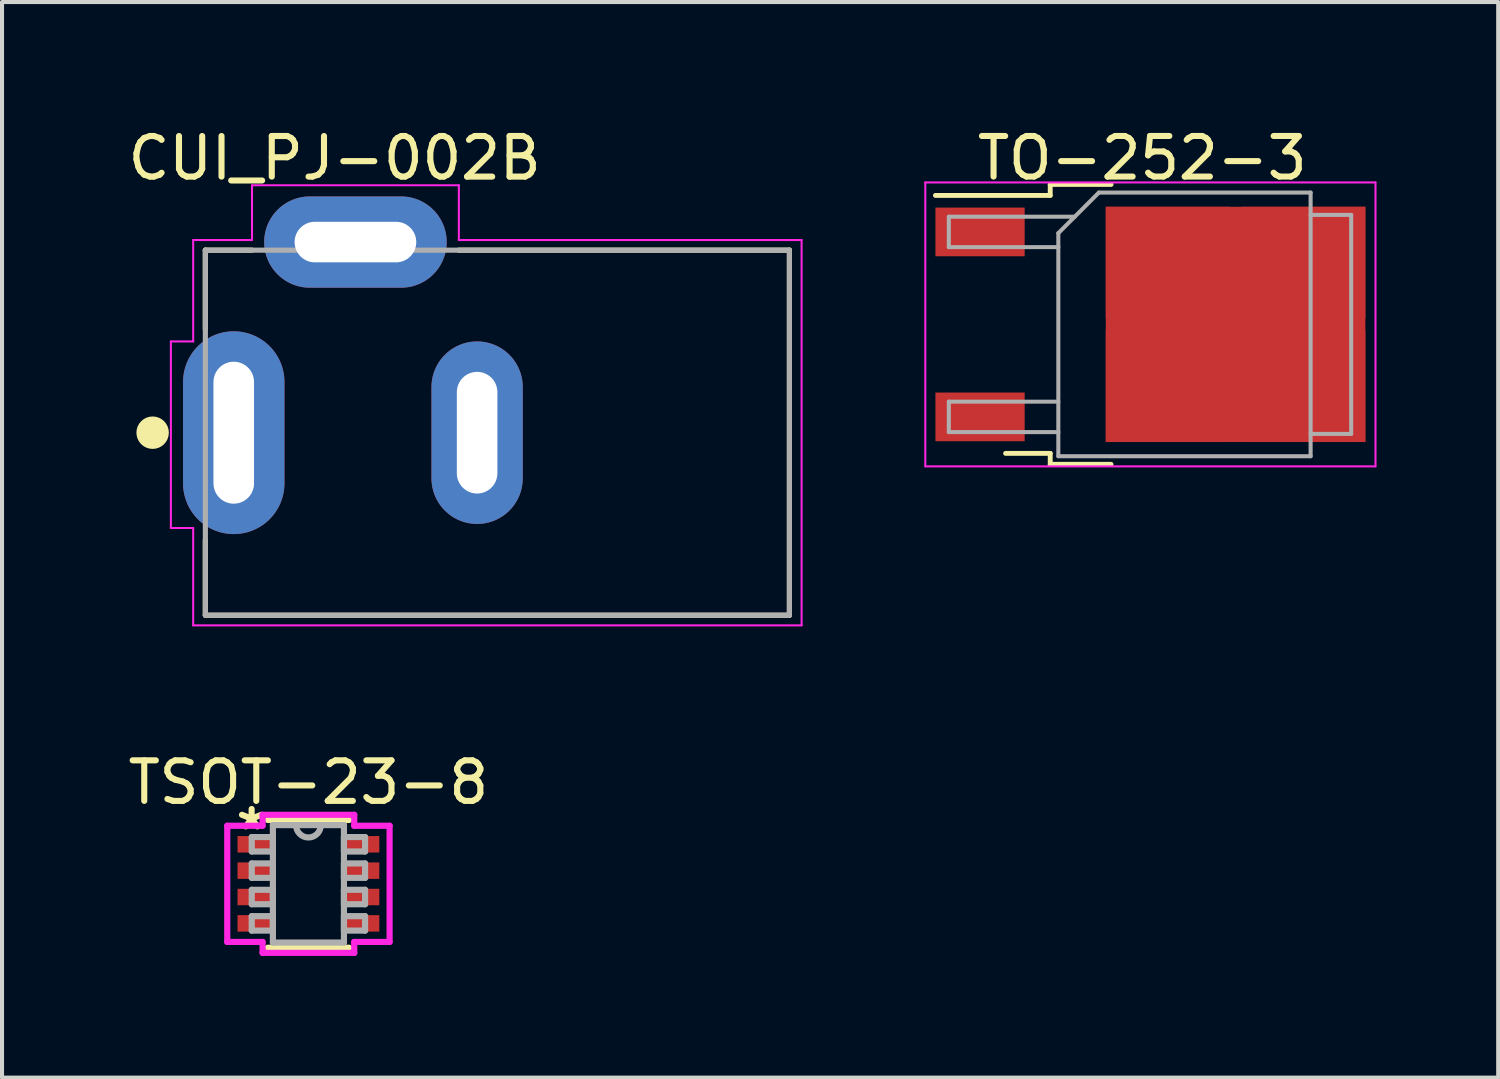
<source format=kicad_pcb>
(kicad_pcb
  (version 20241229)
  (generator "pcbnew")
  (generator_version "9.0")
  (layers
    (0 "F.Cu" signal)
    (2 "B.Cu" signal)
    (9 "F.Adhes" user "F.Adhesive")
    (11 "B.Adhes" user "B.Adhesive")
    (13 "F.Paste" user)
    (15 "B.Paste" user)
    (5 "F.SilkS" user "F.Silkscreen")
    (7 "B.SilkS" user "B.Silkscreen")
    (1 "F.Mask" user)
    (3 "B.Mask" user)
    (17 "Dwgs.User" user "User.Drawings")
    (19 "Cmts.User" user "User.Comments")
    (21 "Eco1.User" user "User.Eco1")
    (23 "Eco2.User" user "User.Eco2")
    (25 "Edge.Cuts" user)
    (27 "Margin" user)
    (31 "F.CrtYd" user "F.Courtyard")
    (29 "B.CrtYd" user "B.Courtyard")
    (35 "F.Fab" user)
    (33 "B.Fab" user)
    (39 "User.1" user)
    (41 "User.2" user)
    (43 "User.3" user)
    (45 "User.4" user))
  (footprint "TO-252-3"
    (layer "F.Cu")
    (at 25.113 4.848)
    (property "Reference" "TO-252-3" (at 0 -4 0) (layer "F.SilkS") (effects (font (size 1 1) (thickness 0.15))))
    (attr through_hole)
    (fp_line (start -2.27 -3.35) (end -2.27 -3.08) (stroke (width 0.12) (type solid)) (layer "F.SilkS"))
    (fp_line (start -2.27 -3.08) (end -5.1 -3.08) (stroke (width 0.12) (type solid)) (layer "F.SilkS"))
    (fp_line (start -2.27 3.28) (end -3.37 3.28) (stroke (width 0.12) (type solid)) (layer "F.SilkS"))
    (fp_line (start -2.27 3.55) (end -2.27 3.28) (stroke (width 0.12) (type solid)) (layer "F.SilkS"))
    (fp_line (start -0.77 -3.35) (end -2.27 -3.35) (stroke (width 0.12) (type solid)) (layer "F.SilkS"))
    (fp_line (start -0.77 3.55) (end -2.27 3.55) (stroke (width 0.12) (type solid)) (layer "F.SilkS"))
    (fp_line (start -5.35 -3.4) (end -5.35 3.6) (stroke (width 0.05) (type solid)) (layer "F.CrtYd"))
    (fp_line (start -5.35 3.6) (end 5.75 3.6) (stroke (width 0.05) (type solid)) (layer "F.CrtYd"))
    (fp_line (start 5.75 -3.4) (end -5.35 -3.4) (stroke (width 0.05) (type solid)) (layer "F.CrtYd"))
    (fp_line (start 5.75 3.6) (end 5.75 -3.4) (stroke (width 0.05) (type solid)) (layer "F.CrtYd"))
    (fp_line (start -4.77 -2.555) (end -4.77 -1.805) (stroke (width 0.1) (type solid)) (layer "F.Fab"))
    (fp_line (start -4.77 -1.805) (end -2.07 -1.805) (stroke (width 0.1) (type solid)) (layer "F.Fab"))
    (fp_line (start -4.77 2.005) (end -4.77 2.755) (stroke (width 0.1) (type solid)) (layer "F.Fab"))
    (fp_line (start -4.77 2.755) (end -2.07 2.755) (stroke (width 0.1) (type solid)) (layer "F.Fab"))
    (fp_line (start -2.07 -2.15) (end -1.07 -3.15) (stroke (width 0.1) (type solid)) (layer "F.Fab"))
    (fp_line (start -2.07 2.005) (end -4.77 2.005) (stroke (width 0.1) (type solid)) (layer "F.Fab"))
    (fp_line (start -2.07 3.35) (end -2.07 -2.15) (stroke (width 0.1) (type solid)) (layer "F.Fab"))
    (fp_line (start -1.665 -2.555) (end -4.77 -2.555) (stroke (width 0.1) (type solid)) (layer "F.Fab"))
    (fp_line (start -1.07 -3.15) (end 4.15 -3.15) (stroke (width 0.1) (type solid)) (layer "F.Fab"))
    (fp_line (start 4.15 -3.15) (end 4.15 3.35) (stroke (width 0.1) (type solid)) (layer "F.Fab"))
    (fp_line (start 4.15 -2.6) (end 5.15 -2.6) (stroke (width 0.1) (type solid)) (layer "F.Fab"))
    (fp_line (start 4.15 3.35) (end -2.07 3.35) (stroke (width 0.1) (type solid)) (layer "F.Fab"))
    (fp_line (start 5.15 -2.6) (end 5.15 2.8) (stroke (width 0.1) (type solid)) (layer "F.Fab"))
    (fp_line (start 5.15 2.8) (end 4.15 2.8) (stroke (width 0.1) (type solid)) (layer "F.Fab"))
    (pad "1" smd rect (at -4 -2.18) (size 2.2 1.2) (layers "F.Cu" "F.Mask" "F.Paste"))
    (pad "2" smd rect (at -4 2.38) (size 2.2 1.2) (layers "F.Cu" "F.Mask" "F.Paste"))
    (pad "3" smd rect (at 0.625 -1.425) (size 3.05 2.75) (layers "F.Cu" "F.Paste"))
    (pad "3" smd rect (at 0.625 1.625) (size 3.05 2.75) (layers "F.Cu" "F.Paste"))
    (pad "3" smd rect (at 2.3 0.1) (size 6.4 5.8) (layers "F.Cu" "F.Mask"))
    (pad "3" smd rect (at 3.975 -1.425) (size 3.05 2.75) (layers "F.Cu" "F.Paste"))
    (pad "3" smd rect (at 3.975 1.625) (size 3.05 2.75) (layers "F.Cu" "F.Paste")))
  (footprint "CUI_PJ-002B"
    (layer "F.Cu")
    (at 2.713 7.618)
    (property "Reference" "CUI_PJ-002B" (at 2.487 -6.769 0) (layer "F.SilkS") (effects (font (size 1.001 1.001) (thickness 0.15))))
    (attr through_hole)
    (fp_line (start -0.7 -4.5) (end 0.45 -4.5) (stroke (width 0.127) (type solid)) (layer "F.SilkS"))
    (fp_line (start -0.7 -2.55) (end -0.7 -4.5) (stroke (width 0.127) (type solid)) (layer "F.SilkS"))
    (fp_line (start -0.7 4.5) (end -0.7 2.65) (stroke (width 0.127) (type solid)) (layer "F.SilkS"))
    (fp_line (start 5.55 -4.5) (end 13.7 -4.5) (stroke (width 0.127) (type solid)) (layer "F.SilkS"))
    (fp_line (start 13.7 -4.5) (end 13.7 4.5) (stroke (width 0.127) (type solid)) (layer "F.SilkS"))
    (fp_line (start 13.7 4.5) (end -0.7 4.5) (stroke (width 0.127) (type solid)) (layer "F.SilkS"))
    (fp_circle (center -2 0) (end -1.8 0) (stroke (width 0.4) (type solid)) (fill no) (layer "F.SilkS"))
    (fp_line (start -1.55 -2.25) (end -1.55 2.35) (stroke (width 0.05) (type solid)) (layer "F.CrtYd"))
    (fp_line (start -1.55 2.35) (end -1 2.35) (stroke (width 0.05) (type solid)) (layer "F.CrtYd"))
    (fp_line (start -1 -4.75) (end 0.45 -4.75) (stroke (width 0.05) (type solid)) (layer "F.CrtYd"))
    (fp_line (start -1 -2.25) (end -1.55 -2.25) (stroke (width 0.05) (type solid)) (layer "F.CrtYd"))
    (fp_line (start -1 -2.25) (end -1 -4.75) (stroke (width 0.05) (type solid)) (layer "F.CrtYd"))
    (fp_line (start -1 4.75) (end -1 2.35) (stroke (width 0.05) (type solid)) (layer "F.CrtYd"))
    (fp_line (start 0.45 -6.1) (end 5.55 -6.1) (stroke (width 0.05) (type solid)) (layer "F.CrtYd"))
    (fp_line (start 0.45 -4.75) (end 0.45 -6.1) (stroke (width 0.05) (type solid)) (layer "F.CrtYd"))
    (fp_line (start 5.55 -6.1) (end 5.55 -4.75) (stroke (width 0.05) (type solid)) (layer "F.CrtYd"))
    (fp_line (start 5.55 -4.75) (end 14 -4.75) (stroke (width 0.05) (type solid)) (layer "F.CrtYd"))
    (fp_line (start 14 -4.75) (end 14 4.75) (stroke (width 0.05) (type solid)) (layer "F.CrtYd"))
    (fp_line (start 14 4.75) (end -1 4.75) (stroke (width 0.05) (type solid)) (layer "F.CrtYd"))
    (fp_line (start -0.7 -4.5) (end 13.7 -4.5) (stroke (width 0.127) (type solid)) (layer "F.Fab"))
    (fp_line (start -0.7 4.5) (end -0.7 -4.5) (stroke (width 0.127) (type solid)) (layer "F.Fab"))
    (fp_line (start 13.7 -4.5) (end 13.7 4.5) (stroke (width 0.127) (type solid)) (layer "F.Fab"))
    (fp_line (start 13.7 4.5) (end -0.7 4.5) (stroke (width 0.127) (type solid)) (layer "F.Fab"))
    (pad "1" thru_hole oval (at 0 0) (size 2.5 5) (drill oval 1 3.5) (layers "*.Cu" "*.Mask"))
    (pad "2" thru_hole oval (at 6 0) (size 2.25 4.5) (drill oval 1 3) (layers "*.Cu" "*.Mask"))
    (pad "3" thru_hole oval (at 3 -4.7) (size 4.5 2.25) (drill oval 3 1) (layers "*.Cu" "*.Mask")))
  (footprint "TSOT-23-8"
    (layer "F.Cu")
    (at 4.554 18.741)
    (property "Reference" "TSOT-23-8" (at 0 -2.5 0) (layer "F.SilkS") (effects (font (size 1 1) (thickness 0.15))))
    (attr through_hole)
    (fp_line (start -1.003 1.575) (end 1.003 1.575) (stroke (width 0.152) (type solid)) (layer "F.SilkS"))
    (fp_line (start 1.003 -1.575) (end -1.003 -1.575) (stroke (width 0.152) (type solid)) (layer "F.SilkS"))
    (fp_line (start -2.001 -1.432) (end -1.13 -1.432) (stroke (width 0.152) (type solid)) (layer "F.CrtYd"))
    (fp_line (start -2.001 1.432) (end -2.001 -1.432) (stroke (width 0.152) (type solid)) (layer "F.CrtYd"))
    (fp_line (start -1.13 -1.702) (end 1.13 -1.702) (stroke (width 0.152) (type solid)) (layer "F.CrtYd"))
    (fp_line (start -1.13 -1.432) (end -1.13 -1.702) (stroke (width 0.152) (type solid)) (layer "F.CrtYd"))
    (fp_line (start -1.13 1.432) (end -2.001 1.432) (stroke (width 0.152) (type solid)) (layer "F.CrtYd"))
    (fp_line (start -1.13 1.702) (end -1.13 1.432) (stroke (width 0.152) (type solid)) (layer "F.CrtYd"))
    (fp_line (start 1.13 -1.702) (end 1.13 -1.432) (stroke (width 0.152) (type solid)) (layer "F.CrtYd"))
    (fp_line (start 1.13 -1.432) (end 2.001 -1.432) (stroke (width 0.152) (type solid)) (layer "F.CrtYd"))
    (fp_line (start 1.13 1.432) (end 1.13 1.702) (stroke (width 0.152) (type solid)) (layer "F.CrtYd"))
    (fp_line (start 1.13 1.702) (end -1.13 1.702) (stroke (width 0.152) (type solid)) (layer "F.CrtYd"))
    (fp_line (start 2.001 -1.432) (end 2.001 1.432) (stroke (width 0.152) (type solid)) (layer "F.CrtYd"))
    (fp_line (start 2.001 1.432) (end 1.13 1.432) (stroke (width 0.152) (type solid)) (layer "F.CrtYd"))
    (fp_line (start -1.397 -1.153) (end -1.397 -0.797) (stroke (width 0.152) (type solid)) (layer "F.Fab"))
    (fp_line (start -1.397 -0.797) (end -0.876 -0.797) (stroke (width 0.152) (type solid)) (layer "F.Fab"))
    (fp_line (start -1.397 -0.503) (end -1.397 -0.147) (stroke (width 0.152) (type solid)) (layer "F.Fab"))
    (fp_line (start -1.397 -0.147) (end -0.876 -0.147) (stroke (width 0.152) (type solid)) (layer "F.Fab"))
    (fp_line (start -1.397 0.147) (end -1.397 0.503) (stroke (width 0.152) (type solid)) (layer "F.Fab"))
    (fp_line (start -1.397 0.503) (end -0.876 0.503) (stroke (width 0.152) (type solid)) (layer "F.Fab"))
    (fp_line (start -1.397 0.797) (end -1.397 1.153) (stroke (width 0.152) (type solid)) (layer "F.Fab"))
    (fp_line (start -1.397 1.153) (end -0.876 1.153) (stroke (width 0.152) (type solid)) (layer "F.Fab"))
    (fp_line (start -0.876 -1.448) (end -0.876 1.448) (stroke (width 0.152) (type solid)) (layer "F.Fab"))
    (fp_line (start -0.876 -1.153) (end -1.397 -1.153) (stroke (width 0.152) (type solid)) (layer "F.Fab"))
    (fp_line (start -0.876 -0.797) (end -0.876 -1.153) (stroke (width 0.152) (type solid)) (layer "F.Fab"))
    (fp_line (start -0.876 -0.503) (end -1.397 -0.503) (stroke (width 0.152) (type solid)) (layer "F.Fab"))
    (fp_line (start -0.876 -0.147) (end -0.876 -0.503) (stroke (width 0.152) (type solid)) (layer "F.Fab"))
    (fp_line (start -0.876 0.147) (end -1.397 0.147) (stroke (width 0.152) (type solid)) (layer "F.Fab"))
    (fp_line (start -0.876 0.503) (end -0.876 0.147) (stroke (width 0.152) (type solid)) (layer "F.Fab"))
    (fp_line (start -0.876 0.797) (end -1.397 0.797) (stroke (width 0.152) (type solid)) (layer "F.Fab"))
    (fp_line (start -0.876 1.153) (end -0.876 0.797) (stroke (width 0.152) (type solid)) (layer "F.Fab"))
    (fp_line (start -0.876 1.448) (end 0.876 1.448) (stroke (width 0.152) (type solid)) (layer "F.Fab"))
    (fp_line (start 0.876 -1.448) (end -0.876 -1.448) (stroke (width 0.152) (type solid)) (layer "F.Fab"))
    (fp_line (start 0.876 -1.153) (end 0.876 -0.797) (stroke (width 0.152) (type solid)) (layer "F.Fab"))
    (fp_line (start 0.876 -0.797) (end 1.397 -0.797) (stroke (width 0.152) (type solid)) (layer "F.Fab"))
    (fp_line (start 0.876 -0.503) (end 0.876 -0.147) (stroke (width 0.152) (type solid)) (layer "F.Fab"))
    (fp_line (start 0.876 -0.147) (end 1.397 -0.147) (stroke (width 0.152) (type solid)) (layer "F.Fab"))
    (fp_line (start 0.876 0.147) (end 0.876 0.503) (stroke (width 0.152) (type solid)) (layer "F.Fab"))
    (fp_line (start 0.876 0.503) (end 1.397 0.503) (stroke (width 0.152) (type solid)) (layer "F.Fab"))
    (fp_line (start 0.876 0.797) (end 0.876 1.153) (stroke (width 0.152) (type solid)) (layer "F.Fab"))
    (fp_line (start 0.876 1.153) (end 1.397 1.153) (stroke (width 0.152) (type solid)) (layer "F.Fab"))
    (fp_line (start 0.876 1.448) (end 0.876 -1.448) (stroke (width 0.152) (type solid)) (layer "F.Fab"))
    (fp_line (start 1.397 -1.153) (end 0.876 -1.153) (stroke (width 0.152) (type solid)) (layer "F.Fab"))
    (fp_line (start 1.397 -0.797) (end 1.397 -1.153) (stroke (width 0.152) (type solid)) (layer "F.Fab"))
    (fp_line (start 1.397 -0.503) (end 0.876 -0.503) (stroke (width 0.152) (type solid)) (layer "F.Fab"))
    (fp_line (start 1.397 -0.147) (end 1.397 -0.503) (stroke (width 0.152) (type solid)) (layer "F.Fab"))
    (fp_line (start 1.397 0.147) (end 0.876 0.147) (stroke (width 0.152) (type solid)) (layer "F.Fab"))
    (fp_line (start 1.397 0.503) (end 1.397 0.147) (stroke (width 0.152) (type solid)) (layer "F.Fab"))
    (fp_line (start 1.397 0.797) (end 0.876 0.797) (stroke (width 0.152) (type solid)) (layer "F.Fab"))
    (fp_line (start 1.397 1.153) (end 1.397 0.797) (stroke (width 0.152) (type solid)) (layer "F.Fab"))
    (fp_arc (start 0.3048 -1.4478) (mid 0 -1.143) (end -0.3048 -1.4478) (stroke (width 0.1524) (type solid)) (layer "F.Fab"))
    (fp_text user "*" (at -1.4 -1.3 0) (layer "F.SilkS") (effects (font (size 1 1) (thickness 0.15))))
    (pad "1" smd rect (at -1.312 -0.975) (size 0.871 0.406) (layers "F.Cu" "F.Mask" "F.Paste"))
    (pad "2" smd rect (at -1.312 -0.325) (size 0.871 0.406) (layers "F.Cu" "F.Mask" "F.Paste"))
    (pad "3" smd rect (at -1.312 0.325) (size 0.871 0.406) (layers "F.Cu" "F.Mask" "F.Paste"))
    (pad "4" smd rect (at -1.312 0.975) (size 0.871 0.406) (layers "F.Cu" "F.Mask" "F.Paste"))
    (pad "5" smd rect (at 1.312 0.975) (size 0.871 0.406) (layers "F.Cu" "F.Mask" "F.Paste"))
    (pad "6" smd rect (at 1.312 0.325) (size 0.871 0.406) (layers "F.Cu" "F.Mask" "F.Paste"))
    (pad "7" smd rect (at 1.312 -0.325) (size 0.871 0.406) (layers "F.Cu" "F.Mask" "F.Paste"))
    (pad "8" smd rect (at 1.312 -0.975) (size 0.871 0.406) (layers "F.Cu" "F.Mask" "F.Paste")))
  (gr_rect
    (start -3 -3)
    (end 33.888 23.519)
    (stroke (width 0.1) (type default))
    (fill no)
    (layer "Edge.Cuts")))
</source>
